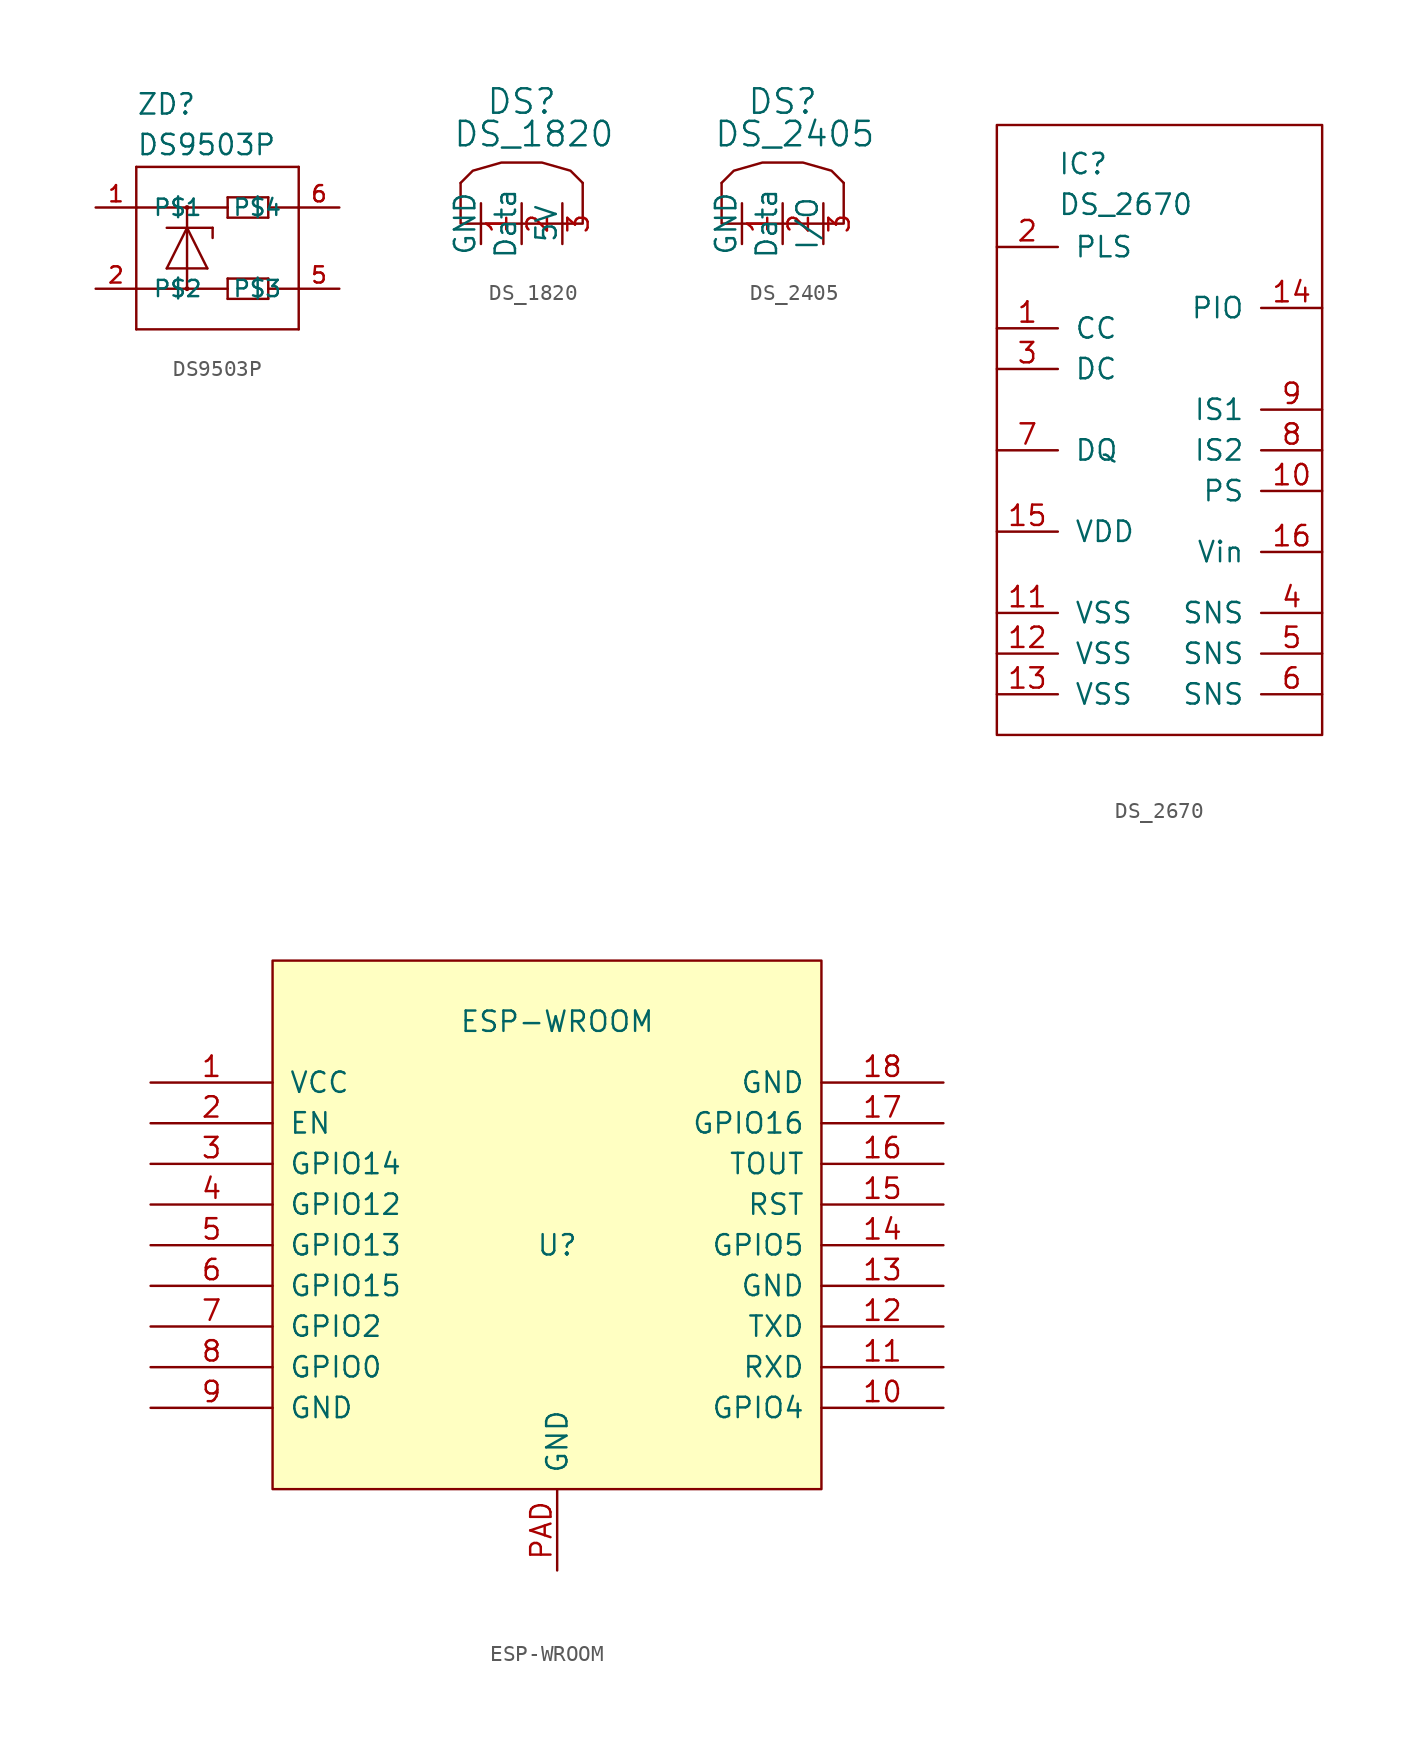
<source format=kicad_sym>
(kicad_symbol_lib
  (version 20220126)
  (generator kicad_symbol_editor)
  (symbol "DS9503P"
    (pin_names
      (offset 1.016))
    (property "Reference" "ZD"
      (at -5.08 8.255 0)
      (effects (font (size 1.27 1.27)) (justify left bottom)))
    (property "Value" "DS9503P"
      (at -5.08 5.715 0)
      (effects (font (size 1.27 1.27)) (justify left bottom)))
    (property "ki_locked" ""
      (at 0 0 0)
      (effects (font (size 1.27 1.27))))
    (symbol "DS9503P_1_0"
      (polyline (pts (xy -5.08 -5.08) (xy -5.08 -2.54)) (stroke (width 0) (type default)) (fill (type none)))
      (polyline (pts (xy -5.08 -2.54) (xy -5.08 2.54)) (stroke (width 0) (type default)) (fill (type none)))
      (polyline (pts (xy -5.08 2.54) (xy -5.08 5.08)) (stroke (width 0) (type default)) (fill (type none)))
      (polyline (pts (xy -5.08 2.54) (xy -1.905 2.54)) (stroke (width 0) (type default)) (fill (type none)))
      (polyline (pts (xy -5.08 5.08) (xy 5.08 5.08)) (stroke (width 0) (type default)) (fill (type none)))
      (polyline (pts (xy -3.175 -1.27) (xy -0.635 -1.27)) (stroke (width 0) (type default)) (fill (type none)))
      (polyline (pts (xy -3.175 1.27) (xy -1.905 1.27)) (stroke (width 0) (type default)) (fill (type none)))
      (polyline (pts (xy -1.905 -2.54) (xy -5.08 -2.54)) (stroke (width 0) (type default)) (fill (type none)))
      (polyline (pts (xy -1.905 -2.54) (xy 0.635 -2.54)) (stroke (width 0) (type default)) (fill (type none)))
      (polyline (pts (xy -1.905 1.27) (xy -3.175 -1.27)) (stroke (width 0) (type default)) (fill (type none)))
      (polyline (pts (xy -1.905 1.27) (xy -1.905 -2.54)) (stroke (width 0) (type default)) (fill (type none)))
      (polyline (pts (xy -1.905 1.27) (xy -0.305 1.27)) (stroke (width 0) (type default)) (fill (type none)))
      (polyline (pts (xy -1.905 2.54) (xy -1.905 1.27)) (stroke (width 0) (type default)) (fill (type none)))
      (polyline (pts (xy -1.905 2.54) (xy 0.635 2.54)) (stroke (width 0) (type default)) (fill (type none)))
      (polyline (pts (xy -0.635 -1.27) (xy -1.905 1.27)) (stroke (width 0) (type default)) (fill (type none)))
      (polyline (pts (xy -0.305 1.27) (xy -0.305 0.635)) (stroke (width 0) (type default)) (fill (type none)))
      (polyline (pts (xy 0.635 -3.175) (xy 0.635 -1.905)) (stroke (width 0) (type default)) (fill (type none)))
      (polyline (pts (xy 0.635 -1.905) (xy 3.175 -1.905)) (stroke (width 0) (type default)) (fill (type none)))
      (polyline (pts (xy 0.635 1.905) (xy 0.635 2.54)) (stroke (width 0) (type default)) (fill (type none)))
      (polyline (pts (xy 0.635 2.54) (xy 0.635 3.175)) (stroke (width 0) (type default)) (fill (type none)))
      (polyline (pts (xy 0.635 3.175) (xy 3.175 3.175)) (stroke (width 0) (type default)) (fill (type none)))
      (polyline (pts (xy 3.175 -3.175) (xy 0.635 -3.175)) (stroke (width 0) (type default)) (fill (type none)))
      (polyline (pts (xy 3.175 -2.54) (xy 3.175 -3.175)) (stroke (width 0) (type default)) (fill (type none)))
      (polyline (pts (xy 3.175 -2.54) (xy 5.08 -2.54)) (stroke (width 0) (type default)) (fill (type none)))
      (polyline (pts (xy 3.175 -1.905) (xy 3.175 -2.54)) (stroke (width 0) (type default)) (fill (type none)))
      (polyline (pts (xy 3.175 1.905) (xy 0.635 1.905)) (stroke (width 0) (type default)) (fill (type none)))
      (polyline (pts (xy 3.175 2.54) (xy 3.175 1.905)) (stroke (width 0) (type default)) (fill (type none)))
      (polyline (pts (xy 3.175 2.54) (xy 5.08 2.54)) (stroke (width 0) (type default)) (fill (type none)))
      (polyline (pts (xy 3.175 3.175) (xy 3.175 2.54)) (stroke (width 0) (type default)) (fill (type none)))
      (polyline (pts (xy 5.08 -5.08) (xy -5.08 -5.08)) (stroke (width 0) (type default)) (fill (type none)))
      (polyline (pts (xy 5.08 -2.54) (xy 5.08 -5.08)) (stroke (width 0) (type default)) (fill (type none)))
      (polyline (pts (xy 5.08 2.54) (xy 5.08 -2.54)) (stroke (width 0) (type default)) (fill (type none)))
      (polyline (pts (xy 5.08 5.08) (xy 5.08 2.54)) (stroke (width 0) (type default)) (fill (type none))))
    (symbol "DS9503P_1_1"
      (circle (center -1.905 -2.54) (radius 0.076) (stroke (width 0) (type default)) (fill (type outline)))
      (circle (center -1.905 2.54) (radius 0.076) (stroke (width 0) (type default)) (fill (type outline)))
      (pin passive line (at -7.62 2.54 0) (length 2.54) (name "P$1" (effects (font (size 1.016 1.016)))) (number "1" (effects (font (size 1.016 1.016)))))
      (pin passive line (at -7.62 -2.54 0) (length 2.54) (name "P$2" (effects (font (size 1.016 1.016)))) (number "2" (effects (font (size 1.016 1.016)))))
      (pin passive line (at 7.62 -2.54 180) (length 2.54) (name "P$3" (effects (font (size 1.016 1.016)))) (number "5" (effects (font (size 1.016 1.016)))))
      (pin passive line (at 7.62 2.54 180) (length 2.54) (name "P$4" (effects (font (size 1.016 1.016)))) (number "6" (effects (font (size 1.016 1.016)))))))
  (symbol "DS_1820"
    (pin_names
      (offset 0))
    (property "Reference" "DS"
      (at 0 0 0)
      (effects (font (size 1.524 1.524))))
    (property "Value" "DS_1820"
      (at 0.762 -2.032 0)
      (effects (font (size 1.524 1.524))))
    (symbol "DS_1820_0_1"
      (polyline (pts (xy 3.81 -5.08) (xy 3.81 -7.62) (xy -3.81 -7.62) (xy -3.81 -5.08) (xy -3.81 -5.08)) (stroke (width 0) (type default)) (fill (type none)))
      (polyline (pts (xy -3.81 -5.08) (xy -3.048 -4.318) (xy -1.27 -3.81) (xy 1.27 -3.81) (xy 3.048 -4.318) (xy 3.81 -5.08) (xy 3.81 -5.08)) (stroke (width 0) (type default)) (fill (type none))))
    (symbol "DS_1820_1_1"
      (pin power_in line (at -2.54 -8.89 90) (length 2.54) (name "GND" (effects (font (size 1.27 1.27)))) (number "1" (effects (font (size 1.27 1.27)))))
      (pin bidirectional line (at 0 -8.89 90) (length 2.54) (name "Data" (effects (font (size 1.27 1.27)))) (number "2" (effects (font (size 1.27 1.27)))))
      (pin power_in line (at 2.54 -8.89 90) (length 2.54) (name "5V" (effects (font (size 1.27 1.27)))) (number "3" (effects (font (size 1.27 1.27)))))))
  (symbol "DS_2405"
    (pin_names
      (offset 0))
    (property "Reference" "DS"
      (at 0 0 0)
      (effects (font (size 1.524 1.524))))
    (property "Value" "DS_2405"
      (at 0.762 -2.032 0)
      (effects (font (size 1.524 1.524))))
    (symbol "DS_2405_0_1"
      (polyline (pts (xy 3.81 -5.08) (xy 3.81 -7.62) (xy -3.81 -7.62) (xy -3.81 -5.08) (xy -3.81 -5.08)) (stroke (width 0) (type default)) (fill (type none)))
      (polyline (pts (xy -3.81 -5.08) (xy -3.048 -4.318) (xy -1.27 -3.81) (xy 1.27 -3.81) (xy 3.048 -4.318) (xy 3.81 -5.08) (xy 3.81 -5.08)) (stroke (width 0) (type default)) (fill (type none))))
    (symbol "DS_2405_1_1"
      (pin power_in line (at -2.54 -8.89 90) (length 2.54) (name "GND" (effects (font (size 1.27 1.27)))) (number "1" (effects (font (size 1.27 1.27)))))
      (pin bidirectional line (at 0 -8.89 90) (length 2.54) (name "Data" (effects (font (size 1.27 1.27)))) (number "2" (effects (font (size 1.27 1.27)))))
      (pin open_collector line (at 2.54 -8.89 90) (length 2.54) (name "I/O" (effects (font (size 1.27 1.27)))) (number "3" (effects (font (size 1.27 1.27)))))))
  (symbol "DS_2670"
    (pin_names
      (offset 1.016))
    (property "Reference" "IC"
      (at -8.89 1.905 0)
      (effects (font (size 1.27 1.27)) (justify left bottom)))
    (property "Value" "DS_2670"
      (at -8.89 -0.635 0)
      (effects (font (size 1.27 1.27)) (justify left bottom)))
    (symbol "DS_2670_0_1"
      (polyline (pts (xy -12.7 5.08) (xy -12.7 -33.02) (xy 7.62 -33.02) (xy 7.62 5.08) (xy -12.7 5.08) (xy -12.7 5.08)) (stroke (width 0) (type default)) (fill (type none))))
    (symbol "DS_2670_1_1"
      (pin input line (at -12.7 -7.62 0) (length 3.81) (name "CC" (effects (font (size 1.27 1.27)))) (number "1" (effects (font (size 1.27 1.27)))))
      (pin input line (at 7.62 -17.78 180) (length 3.81) (name "PS" (effects (font (size 1.27 1.27)))) (number "10" (effects (font (size 1.27 1.27)))))
      (pin input line (at -12.7 -25.4 0) (length 3.81) (name "VSS" (effects (font (size 1.27 1.27)))) (number "11" (effects (font (size 1.27 1.27)))))
      (pin input line (at -12.7 -27.94 0) (length 3.81) (name "VSS" (effects (font (size 1.27 1.27)))) (number "12" (effects (font (size 1.27 1.27)))))
      (pin input line (at -12.7 -30.48 0) (length 3.81) (name "VSS" (effects (font (size 1.27 1.27)))) (number "13" (effects (font (size 1.27 1.27)))))
      (pin input line (at 7.62 -6.35 180) (length 3.81) (name "PIO" (effects (font (size 1.27 1.27)))) (number "14" (effects (font (size 1.27 1.27)))))
      (pin input line (at -12.7 -20.32 0) (length 3.81) (name "VDD" (effects (font (size 1.27 1.27)))) (number "15" (effects (font (size 1.27 1.27)))))
      (pin input line (at 7.62 -21.59 180) (length 3.81) (name "Vin" (effects (font (size 1.27 1.27)))) (number "16" (effects (font (size 1.27 1.27)))))
      (pin input line (at -12.7 -2.54 0) (length 3.81) (name "PLS" (effects (font (size 1.27 1.27)))) (number "2" (effects (font (size 1.27 1.27)))))
      (pin input line (at -12.7 -10.16 0) (length 3.81) (name "DC" (effects (font (size 1.27 1.27)))) (number "3" (effects (font (size 1.27 1.27)))))
      (pin input line (at 7.62 -25.4 180) (length 3.81) (name "SNS" (effects (font (size 1.27 1.27)))) (number "4" (effects (font (size 1.27 1.27)))))
      (pin input line (at 7.62 -27.94 180) (length 3.81) (name "SNS" (effects (font (size 1.27 1.27)))) (number "5" (effects (font (size 1.27 1.27)))))
      (pin input line (at 7.62 -30.48 180) (length 3.81) (name "SNS" (effects (font (size 1.27 1.27)))) (number "6" (effects (font (size 1.27 1.27)))))
      (pin input line (at -12.7 -15.24 0) (length 3.81) (name "DQ" (effects (font (size 1.27 1.27)))) (number "7" (effects (font (size 1.27 1.27)))))
      (pin input line (at 7.62 -15.24 180) (length 3.81) (name "IS2" (effects (font (size 1.27 1.27)))) (number "8" (effects (font (size 1.27 1.27)))))
      (pin input line (at 7.62 -12.7 180) (length 3.81) (name "IS1" (effects (font (size 1.27 1.27)))) (number "9" (effects (font (size 1.27 1.27)))))))
  (symbol "ESP-WROOM"
    (pin_names
      (offset 1.016))
    (property "Reference" "U"
      (at 0 -2.54 0)
      (effects (font (size 1.27 1.27))))
    (property "Value" "ESP-WROOM"
      (at 0 11.43 0)
      (effects (font (size 1.27 1.27))))
    (symbol "ESP-WROOM_1_0"
      (rectangle (start -17.78 -17.78) (end 16.51 15.24) (stroke (width 0) (type default)) (fill (type background))))
    (symbol "ESP-WROOM_1_1"
      (pin input line (at -25.4 7.62 0) (length 7.62) (name "VCC" (effects (font (size 1.27 1.27)))) (number "1" (effects (font (size 1.27 1.27)))))
      (pin bidirectional line (at 24.13 -12.7 180) (length 7.62) (name "GPIO4" (effects (font (size 1.27 1.27)))) (number "10" (effects (font (size 1.27 1.27)))))
      (pin bidirectional line (at 24.13 -10.16 180) (length 7.62) (name "RXD" (effects (font (size 1.27 1.27)))) (number "11" (effects (font (size 1.27 1.27)))))
      (pin bidirectional line (at 24.13 -7.62 180) (length 7.62) (name "TXD" (effects (font (size 1.27 1.27)))) (number "12" (effects (font (size 1.27 1.27)))))
      (pin power_in line (at 24.13 -5.08 180) (length 7.62) (name "GND" (effects (font (size 1.27 1.27)))) (number "13" (effects (font (size 1.27 1.27)))))
      (pin bidirectional line (at 24.13 -2.54 180) (length 7.62) (name "GPIO5" (effects (font (size 1.27 1.27)))) (number "14" (effects (font (size 1.27 1.27)))))
      (pin input line (at 24.13 0 180) (length 7.62) (name "RST" (effects (font (size 1.27 1.27)))) (number "15" (effects (font (size 1.27 1.27)))))
      (pin output line (at 24.13 2.54 180) (length 7.62) (name "TOUT" (effects (font (size 1.27 1.27)))) (number "16" (effects (font (size 1.27 1.27)))))
      (pin bidirectional line (at 24.13 5.08 180) (length 7.62) (name "GPIO16" (effects (font (size 1.27 1.27)))) (number "17" (effects (font (size 1.27 1.27)))))
      (pin power_in line (at 24.13 7.62 180) (length 7.62) (name "GND" (effects (font (size 1.27 1.27)))) (number "18" (effects (font (size 1.27 1.27)))))
      (pin passive line (at -25.4 5.08 0) (length 7.62) (name "EN" (effects (font (size 1.27 1.27)))) (number "2" (effects (font (size 1.27 1.27)))))
      (pin input line (at -25.4 2.54 0) (length 7.62) (name "GPIO14" (effects (font (size 1.27 1.27)))) (number "3" (effects (font (size 1.27 1.27)))))
      (pin bidirectional line (at -25.4 0 0) (length 7.62) (name "GPIO12" (effects (font (size 1.27 1.27)))) (number "4" (effects (font (size 1.27 1.27)))))
      (pin bidirectional line (at -25.4 -2.54 0) (length 7.62) (name "GPIO13" (effects (font (size 1.27 1.27)))) (number "5" (effects (font (size 1.27 1.27)))))
      (pin bidirectional line (at -25.4 -5.08 0) (length 7.62) (name "GPIO15" (effects (font (size 1.27 1.27)))) (number "6" (effects (font (size 1.27 1.27)))))
      (pin bidirectional line (at -25.4 -7.62 0) (length 7.62) (name "GPIO2" (effects (font (size 1.27 1.27)))) (number "7" (effects (font (size 1.27 1.27)))))
      (pin bidirectional line (at -25.4 -10.16 0) (length 7.62) (name "GPIO0" (effects (font (size 1.27 1.27)))) (number "8" (effects (font (size 1.27 1.27)))))
      (pin power_in line (at -25.4 -12.7 0) (length 7.62) (name "GND" (effects (font (size 1.27 1.27)))) (number "9" (effects (font (size 1.27 1.27)))))
      (pin power_in line (at 0 -22.86 90) (length 5.004) (name "GND" (effects (font (size 1.27 1.27)))) (number "PAD" (effects (font (size 1.27 1.27))))))))
</source>
